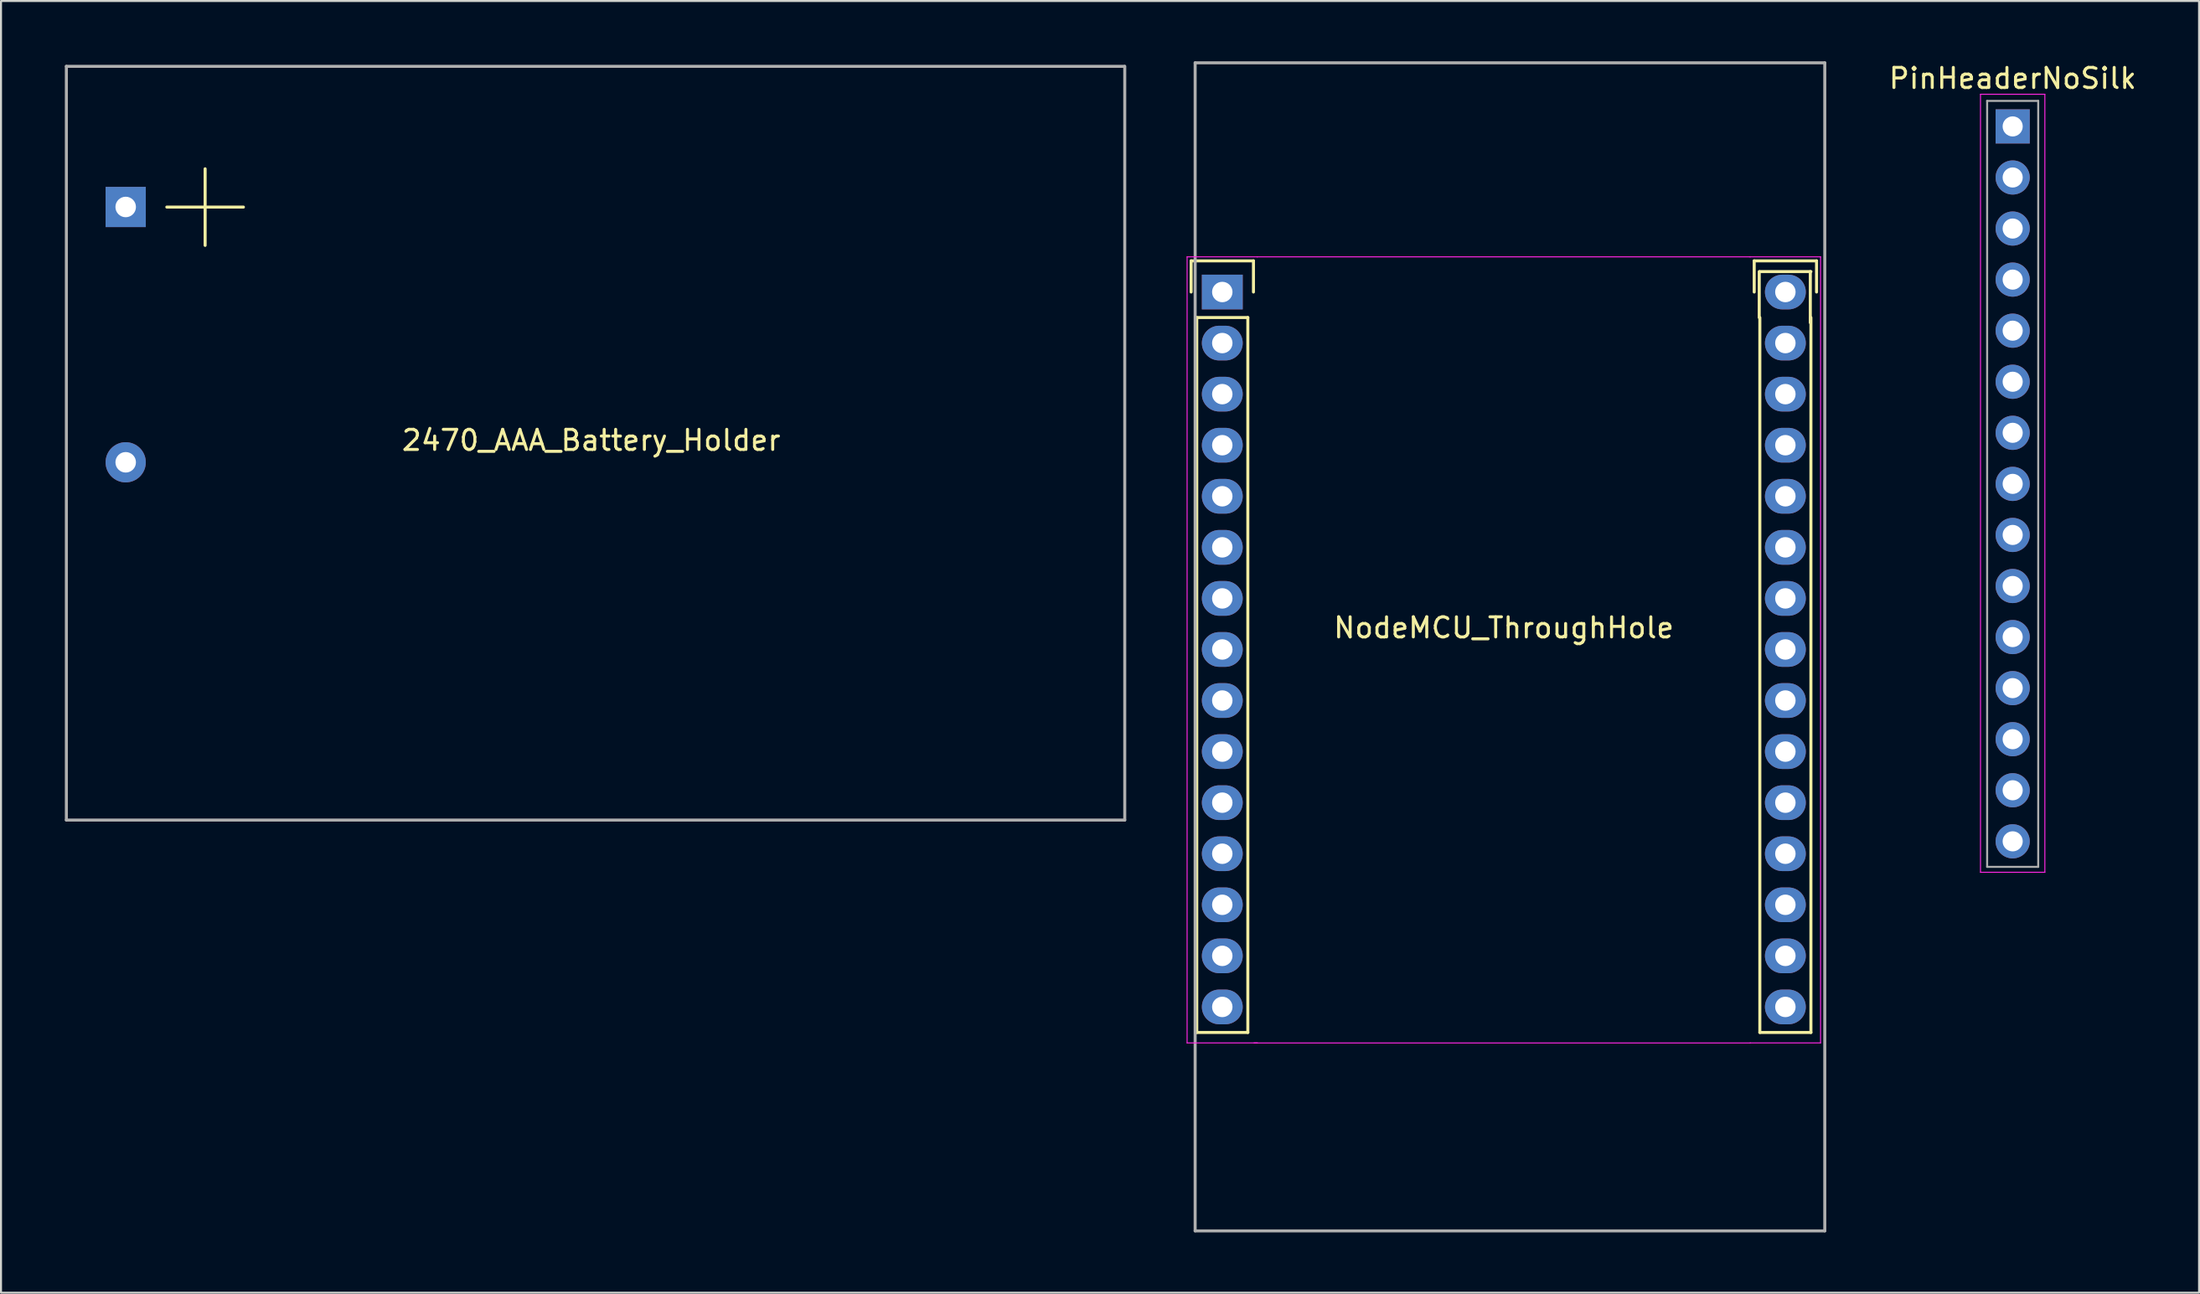
<source format=kicad_pcb>
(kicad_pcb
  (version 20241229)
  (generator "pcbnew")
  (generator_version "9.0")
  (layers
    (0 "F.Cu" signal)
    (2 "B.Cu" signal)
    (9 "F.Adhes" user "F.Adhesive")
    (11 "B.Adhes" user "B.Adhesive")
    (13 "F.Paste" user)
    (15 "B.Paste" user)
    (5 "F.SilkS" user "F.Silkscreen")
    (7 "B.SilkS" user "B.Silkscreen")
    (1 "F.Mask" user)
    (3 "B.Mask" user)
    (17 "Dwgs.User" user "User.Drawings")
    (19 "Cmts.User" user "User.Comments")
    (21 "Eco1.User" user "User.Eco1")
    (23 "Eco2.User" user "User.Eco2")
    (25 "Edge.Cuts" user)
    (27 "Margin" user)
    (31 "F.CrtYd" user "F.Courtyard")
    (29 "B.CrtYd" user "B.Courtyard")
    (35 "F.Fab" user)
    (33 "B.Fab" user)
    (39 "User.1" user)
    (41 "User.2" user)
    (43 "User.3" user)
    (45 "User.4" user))
  (footprint "PinHeaderNoSilk"
    (layer "F.Cu")
    (at 97.033 3.238)
    (property "Reference" "PinHeaderNoSilk" (at 0 -2.39 0) (layer "F.SilkS") (effects (font (size 1 1) (thickness 0.15))))
    (attr through_hole)
    (fp_line (start -1.6 -1.6) (end -1.6 37.1) (stroke (width 0.05) (type solid)) (layer "F.CrtYd"))
    (fp_line (start -1.6 37.1) (end 1.6 37.1) (stroke (width 0.05) (type solid)) (layer "F.CrtYd"))
    (fp_line (start 1.6 -1.6) (end -1.6 -1.6) (stroke (width 0.05) (type solid)) (layer "F.CrtYd"))
    (fp_line (start 1.6 37.1) (end 1.6 -1.6) (stroke (width 0.05) (type solid)) (layer "F.CrtYd"))
    (fp_line (start -1.27 -1.27) (end -1.27 36.83) (stroke (width 0.1) (type solid)) (layer "F.Fab"))
    (fp_line (start -1.27 36.83) (end 1.27 36.83) (stroke (width 0.1) (type solid)) (layer "F.Fab"))
    (fp_line (start 1.27 -1.27) (end -1.27 -1.27) (stroke (width 0.1) (type solid)) (layer "F.Fab"))
    (fp_line (start 1.27 36.83) (end 1.27 -1.27) (stroke (width 0.1) (type solid)) (layer "F.Fab"))
    (pad "1" thru_hole rect (at 0 0) (size 1.7 1.7) (drill 1) (layers "*.Cu" "*.Mask"))
    (pad "2" thru_hole oval (at 0 2.54) (size 1.7 1.7) (drill 1) (layers "*.Cu" "*.Mask"))
    (pad "3" thru_hole oval (at 0 5.08) (size 1.7 1.7) (drill 1) (layers "*.Cu" "*.Mask"))
    (pad "4" thru_hole oval (at 0 7.62) (size 1.7 1.7) (drill 1) (layers "*.Cu" "*.Mask"))
    (pad "5" thru_hole oval (at 0 10.16) (size 1.7 1.7) (drill 1) (layers "*.Cu" "*.Mask"))
    (pad "6" thru_hole oval (at 0 12.7) (size 1.7 1.7) (drill 1) (layers "*.Cu" "*.Mask"))
    (pad "7" thru_hole oval (at 0 15.24) (size 1.7 1.7) (drill 1) (layers "*.Cu" "*.Mask"))
    (pad "8" thru_hole oval (at 0 17.78) (size 1.7 1.7) (drill 1) (layers "*.Cu" "*.Mask"))
    (pad "9" thru_hole oval (at 0 20.32) (size 1.7 1.7) (drill 1) (layers "*.Cu" "*.Mask"))
    (pad "10" thru_hole oval (at 0 22.86) (size 1.7 1.7) (drill 1) (layers "*.Cu" "*.Mask"))
    (pad "11" thru_hole oval (at 0 25.4) (size 1.7 1.7) (drill 1) (layers "*.Cu" "*.Mask"))
    (pad "12" thru_hole oval (at 0 27.94) (size 1.7 1.7) (drill 1) (layers "*.Cu" "*.Mask"))
    (pad "13" thru_hole oval (at 0 30.48) (size 1.7 1.7) (drill 1) (layers "*.Cu" "*.Mask"))
    (pad "14" thru_hole oval (at 0 33.02) (size 1.7 1.7) (drill 1) (layers "*.Cu" "*.Mask"))
    (pad "15" thru_hole oval (at 0 35.56) (size 1.7 1.7) (drill 1) (layers "*.Cu" "*.Mask")))
  (footprint "2470_AAA_Battery_Holder"
    (layer "F.Cu")
    (at 0.25 0.25)
    (property "Reference" "2470_AAA_Battery_Holder" (at 26.1 18.6 0) (layer "F.SilkS") (effects (font (size 1 1) (thickness 0.15))))
    (attr through_hole)
    (fp_line (start 0 0) (end 0 37.49) (stroke (width 0.15) (type solid)) (layer "F.Fab"))
    (fp_line (start 0 0) (end 52.62 0) (stroke (width 0.15) (type solid)) (layer "F.Fab"))
    (fp_line (start 0 37.49) (end 52.63 37.49) (stroke (width 0.15) (type solid)) (layer "F.Fab"))
    (fp_line (start 52.63 0) (end 52.63 37.49) (stroke (width 0.15) (type solid)) (layer "F.Fab"))
    (fp_text user "+" (at 6.9 6.6 0) (layer "F.SilkS") (effects (font (size 5 5) (thickness 0.15))))
    (pad "1" thru_hole rect (at 2.95 6.995) (size 2 2) (drill 1.02) (layers "*.Cu" "*.Mask"))
    (pad "2" thru_hole circle (at 2.95 19.695) (size 2 2) (drill 1.02) (layers "*.Cu" "*.Mask")))
  (footprint "NodeMCU_ThroughHole"
    (layer "F.Cu")
    (at 71.73 11.475)
    (property "Reference" "NodeMCU_ThroughHole" (at 0 16.7 0) (layer "F.SilkS") (effects (font (size 1 1) (thickness 0.15))))
    (attr through_hole)
    (fp_line (start -15.55 -1.55) (end -12.45 -1.55) (stroke (width 0.15) (type solid)) (layer "F.SilkS"))
    (fp_line (start -15.55 0) (end -15.55 -1.55) (stroke (width 0.15) (type solid)) (layer "F.SilkS"))
    (fp_line (start -15.27 1.27) (end -15.27 36.83) (stroke (width 0.15) (type solid)) (layer "F.SilkS"))
    (fp_line (start -15.27 36.83) (end -12.73 36.83) (stroke (width 0.15) (type solid)) (layer "F.SilkS"))
    (fp_line (start -12.73 1.27) (end -15.27 1.27) (stroke (width 0.15) (type solid)) (layer "F.SilkS"))
    (fp_line (start -12.73 36.83) (end -12.73 1.27) (stroke (width 0.15) (type solid)) (layer "F.SilkS"))
    (fp_line (start -12.45 -1.55) (end -12.45 0) (stroke (width 0.15) (type solid)) (layer "F.SilkS"))
    (fp_line (start 12.45 -1.55) (end 15.55 -1.55) (stroke (width 0.15) (type solid)) (layer "F.SilkS"))
    (fp_line (start 12.45 0) (end 12.45 -1.55) (stroke (width 0.15) (type solid)) (layer "F.SilkS"))
    (fp_line (start 12.7 -1.016) (end 12.7 1.27) (stroke (width 0.15) (type solid)) (layer "F.SilkS"))
    (fp_line (start 12.73 1.27) (end 12.73 36.83) (stroke (width 0.15) (type solid)) (layer "F.SilkS"))
    (fp_line (start 12.73 36.83) (end 15.27 36.83) (stroke (width 0.15) (type solid)) (layer "F.SilkS"))
    (fp_line (start 15.24 -1.016) (end 15.24 1.524) (stroke (width 0.15) (type solid)) (layer "F.SilkS"))
    (fp_line (start 15.27 -1.016) (end 12.73 -1.016) (stroke (width 0.15) (type solid)) (layer "F.SilkS"))
    (fp_line (start 15.27 36.83) (end 15.27 1.27) (stroke (width 0.15) (type solid)) (layer "F.SilkS"))
    (fp_line (start 15.55 -1.55) (end 15.55 0) (stroke (width 0.15) (type solid)) (layer "F.SilkS"))
    (fp_line (start -15.75 -1.75) (end -15.75 37.35) (stroke (width 0.05) (type solid)) (layer "F.CrtYd"))
    (fp_line (start -15.75 -1.75) (end -12.25 -1.75) (stroke (width 0.05) (type solid)) (layer "F.CrtYd"))
    (fp_line (start -15.75 37.35) (end -12.25 37.35) (stroke (width 0.05) (type solid)) (layer "F.CrtYd"))
    (fp_line (start -12.421 37.351) (end 12.258 37.353) (stroke (width 0.05) (type solid)) (layer "F.CrtYd"))
    (fp_line (start -12.273 -1.75) (end 12.212 -1.75) (stroke (width 0.05) (type solid)) (layer "F.CrtYd"))
    (fp_line (start 12.217 -1.75) (end 12.261 -1.75) (stroke (width 0.05) (type solid)) (layer "F.CrtYd"))
    (fp_line (start 12.25 -1.75) (end 15.75 -1.75) (stroke (width 0.05) (type solid)) (layer "F.CrtYd"))
    (fp_line (start 12.25 37.35) (end 15.75 37.35) (stroke (width 0.05) (type solid)) (layer "F.CrtYd"))
    (fp_line (start 15.75 -1.75) (end 15.75 37.35) (stroke (width 0.05) (type solid)) (layer "F.CrtYd"))
    (fp_line (start -15.35 -11.4) (end -15.35 46.7) (stroke (width 0.15) (type solid)) (layer "F.Fab"))
    (fp_line (start -15.35 -11.4) (end 15.96 -11.4) (stroke (width 0.15) (type solid)) (layer "F.Fab"))
    (fp_line (start -15.35 46.7) (end 15.96 46.7) (stroke (width 0.15) (type solid)) (layer "F.Fab"))
    (fp_line (start 15.96 -11.4) (end 15.96 46.7) (stroke (width 0.15) (type solid)) (layer "F.Fab"))
    (pad "1" thru_hole rect (at -14 0) (size 2.032 1.727) (drill 1.016) (layers "*.Cu" "*.Mask"))
    (pad "2" thru_hole oval (at -14 2.54) (size 2.032 1.727) (drill 1.016) (layers "*.Cu" "*.Mask"))
    (pad "3" thru_hole oval (at -14 5.08) (size 2.032 1.727) (drill 1.016) (layers "*.Cu" "*.Mask"))
    (pad "4" thru_hole oval (at -14 7.62) (size 2.032 1.727) (drill 1.016) (layers "*.Cu" "*.Mask"))
    (pad "5" thru_hole oval (at -14 10.16) (size 2.032 1.727) (drill 1.016) (layers "*.Cu" "*.Mask"))
    (pad "6" thru_hole oval (at -14 12.7) (size 2.032 1.727) (drill 1.016) (layers "*.Cu" "*.Mask"))
    (pad "7" thru_hole oval (at -14 15.24) (size 2.032 1.727) (drill 1.016) (layers "*.Cu" "*.Mask"))
    (pad "8" thru_hole oval (at -14 17.78) (size 2.032 1.727) (drill 1.016) (layers "*.Cu" "*.Mask"))
    (pad "9" thru_hole oval (at -14 20.32) (size 2.032 1.727) (drill 1.016) (layers "*.Cu" "*.Mask"))
    (pad "10" thru_hole oval (at -14 22.86) (size 2.032 1.727) (drill 1.016) (layers "*.Cu" "*.Mask"))
    (pad "11" thru_hole oval (at -14 25.4) (size 2.032 1.727) (drill 1.016) (layers "*.Cu" "*.Mask"))
    (pad "12" thru_hole oval (at -14 27.94) (size 2.032 1.727) (drill 1.016) (layers "*.Cu" "*.Mask"))
    (pad "13" thru_hole oval (at -14 30.48) (size 2.032 1.727) (drill 1.016) (layers "*.Cu" "*.Mask"))
    (pad "14" thru_hole oval (at -14 33.02) (size 2.032 1.727) (drill 1.016) (layers "*.Cu" "*.Mask"))
    (pad "15" thru_hole oval (at -14 35.56) (size 2.032 1.727) (drill 1.016) (layers "*.Cu" "*.Mask"))
    (pad "16" thru_hole oval (at 14 35.56) (size 2.032 1.727) (drill 1.016) (layers "*.Cu" "*.Mask"))
    (pad "17" thru_hole oval (at 14 33.02) (size 2.032 1.727) (drill 1.016) (layers "*.Cu" "*.Mask"))
    (pad "18" thru_hole oval (at 14 30.48) (size 2.032 1.727) (drill 1.016) (layers "*.Cu" "*.Mask"))
    (pad "19" thru_hole oval (at 14 27.94) (size 2.032 1.727) (drill 1.016) (layers "*.Cu" "*.Mask"))
    (pad "20" thru_hole oval (at 14 25.4) (size 2.032 1.727) (drill 1.016) (layers "*.Cu" "*.Mask"))
    (pad "21" thru_hole oval (at 14 22.86) (size 2.032 1.727) (drill 1.016) (layers "*.Cu" "*.Mask"))
    (pad "22" thru_hole oval (at 14 20.32) (size 2.032 1.727) (drill 1.016) (layers "*.Cu" "*.Mask"))
    (pad "23" thru_hole oval (at 14 17.78) (size 2.032 1.727) (drill 1.016) (layers "*.Cu" "*.Mask"))
    (pad "24" thru_hole oval (at 14 15.24) (size 2.032 1.727) (drill 1.016) (layers "*.Cu" "*.Mask"))
    (pad "25" thru_hole oval (at 14 12.7) (size 2.032 1.727) (drill 1.016) (layers "*.Cu" "*.Mask"))
    (pad "26" thru_hole oval (at 14 10.16) (size 2.032 1.727) (drill 1.016) (layers "*.Cu" "*.Mask"))
    (pad "27" thru_hole oval (at 14 7.62) (size 2.032 1.727) (drill 1.016) (layers "*.Cu" "*.Mask"))
    (pad "28" thru_hole oval (at 14 5.08) (size 2.032 1.727) (drill 1.016) (layers "*.Cu" "*.Mask"))
    (pad "29" thru_hole oval (at 14 2.54) (size 2.032 1.727) (drill 1.016) (layers "*.Cu" "*.Mask"))
    (pad "30" thru_hole oval (at 14 0) (size 2.032 1.727) (drill 1.016) (layers "*.Cu" "*.Mask")))
  (gr_rect
    (start -3 -3)
    (end 106.301 61.25)
    (stroke (width 0.1) (type default))
    (fill no)
    (layer "Edge.Cuts")))
</source>
